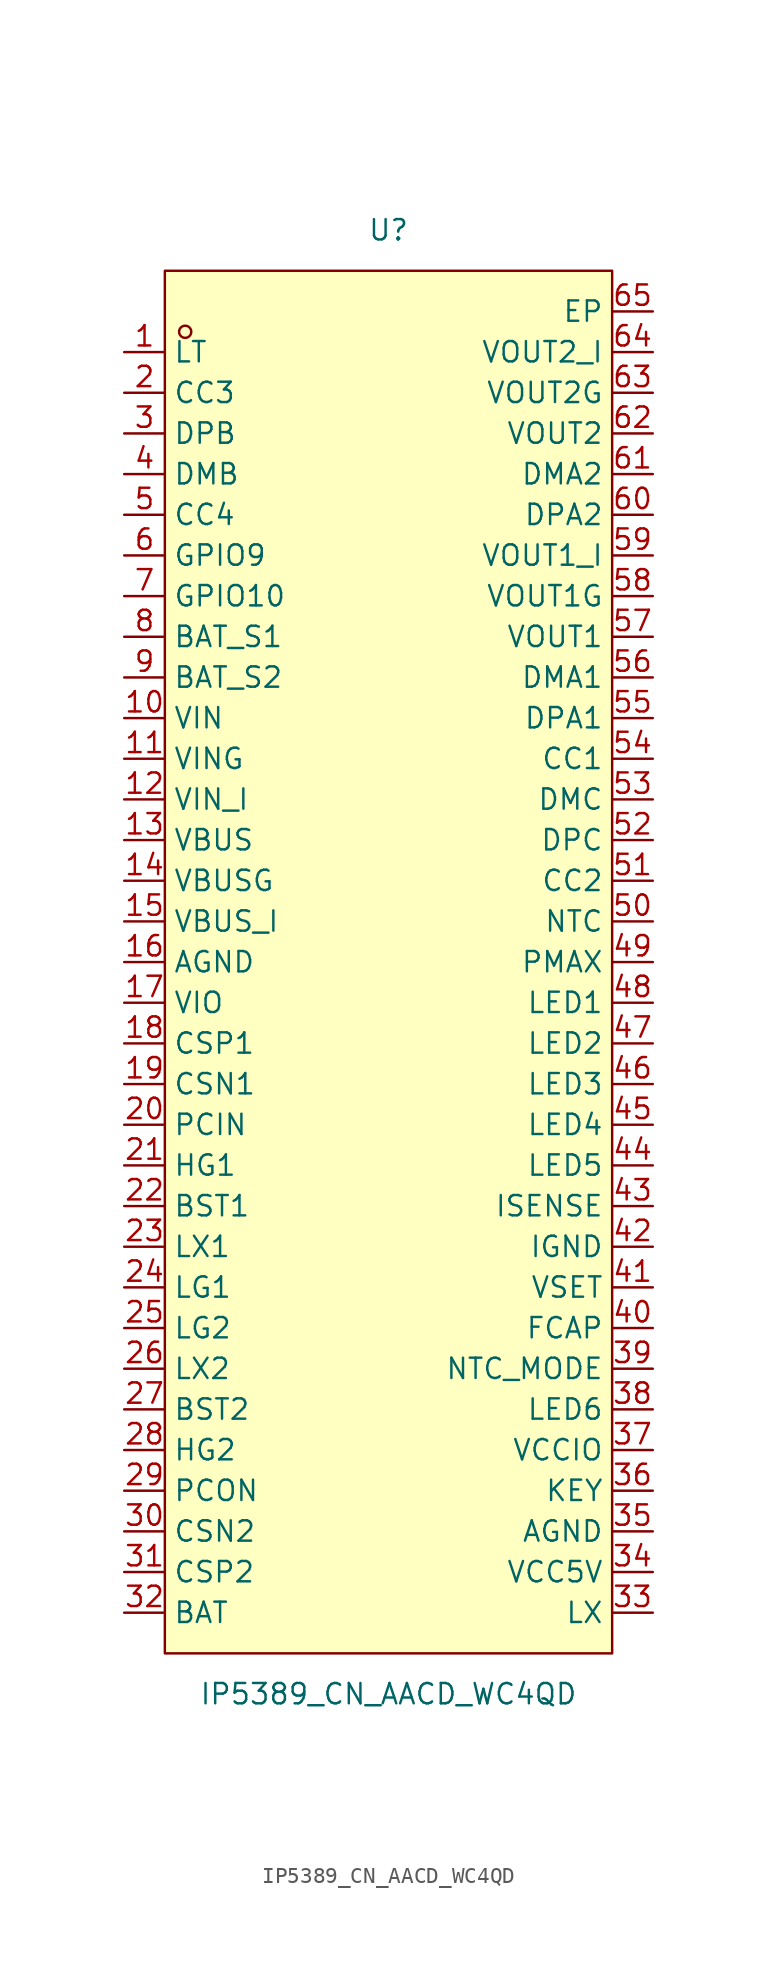
<source format=kicad_sym>
(kicad_symbol_lib
  (version 20211014)
  (generator https://github.com/uPesy/easyeda2kicad.py)
  (symbol "IP5389_CN_AACD_WC4QD"
    (property "Reference" "U"
      (at 0 45.72 0)
      (effects (font (size 1.27 1.27))))
    (property "Value" "IP5389_CN_AACD_WC4QD"
      (at 0 -45.72 0)
      (effects (font (size 1.27 1.27))))
    (symbol "IP5389_CN_AACD_WC4QD_0_1"
      (rectangle (start -13.97 43.18) (end 13.97 -43.18) (stroke (width 0) (type default) (color 0 0 0 0)) (fill (type background)))
      (circle (center -12.70 39.37) (radius 0.38) (stroke (width 0) (type default) (color 0 0 0 0)) (fill (type none)))
      (pin unspecified line (at -16.51 38.10 0) (length 2.54) (name "LT" (effects (font (size 1.27 1.27)))) (number "1" (effects (font (size 1.27 1.27)))))
      (pin unspecified line (at -16.51 35.56 0) (length 2.54) (name "CC3" (effects (font (size 1.27 1.27)))) (number "2" (effects (font (size 1.27 1.27)))))
      (pin unspecified line (at -16.51 33.02 0) (length 2.54) (name "DPB" (effects (font (size 1.27 1.27)))) (number "3" (effects (font (size 1.27 1.27)))))
      (pin unspecified line (at -16.51 30.48 0) (length 2.54) (name "DMB" (effects (font (size 1.27 1.27)))) (number "4" (effects (font (size 1.27 1.27)))))
      (pin unspecified line (at -16.51 27.94 0) (length 2.54) (name "CC4" (effects (font (size 1.27 1.27)))) (number "5" (effects (font (size 1.27 1.27)))))
      (pin unspecified line (at -16.51 25.40 0) (length 2.54) (name "GPIO9" (effects (font (size 1.27 1.27)))) (number "6" (effects (font (size 1.27 1.27)))))
      (pin unspecified line (at -16.51 22.86 0) (length 2.54) (name "GPIO10" (effects (font (size 1.27 1.27)))) (number "7" (effects (font (size 1.27 1.27)))))
      (pin unspecified line (at -16.51 20.32 0) (length 2.54) (name "BAT_S1" (effects (font (size 1.27 1.27)))) (number "8" (effects (font (size 1.27 1.27)))))
      (pin unspecified line (at -16.51 17.78 0) (length 2.54) (name "BAT_S2" (effects (font (size 1.27 1.27)))) (number "9" (effects (font (size 1.27 1.27)))))
      (pin unspecified line (at -16.51 15.24 0) (length 2.54) (name "VIN" (effects (font (size 1.27 1.27)))) (number "10" (effects (font (size 1.27 1.27)))))
      (pin unspecified line (at -16.51 12.70 0) (length 2.54) (name "VING" (effects (font (size 1.27 1.27)))) (number "11" (effects (font (size 1.27 1.27)))))
      (pin unspecified line (at -16.51 10.16 0) (length 2.54) (name "VIN_I" (effects (font (size 1.27 1.27)))) (number "12" (effects (font (size 1.27 1.27)))))
      (pin unspecified line (at -16.51 7.62 0) (length 2.54) (name "VBUS" (effects (font (size 1.27 1.27)))) (number "13" (effects (font (size 1.27 1.27)))))
      (pin unspecified line (at -16.51 5.08 0) (length 2.54) (name "VBUSG" (effects (font (size 1.27 1.27)))) (number "14" (effects (font (size 1.27 1.27)))))
      (pin unspecified line (at -16.51 2.54 0) (length 2.54) (name "VBUS_I" (effects (font (size 1.27 1.27)))) (number "15" (effects (font (size 1.27 1.27)))))
      (pin unspecified line (at -16.51 -0.00 0) (length 2.54) (name "AGND" (effects (font (size 1.27 1.27)))) (number "16" (effects (font (size 1.27 1.27)))))
      (pin unspecified line (at -16.51 -2.54 0) (length 2.54) (name "VIO" (effects (font (size 1.27 1.27)))) (number "17" (effects (font (size 1.27 1.27)))))
      (pin unspecified line (at -16.51 -5.08 0) (length 2.54) (name "CSP1" (effects (font (size 1.27 1.27)))) (number "18" (effects (font (size 1.27 1.27)))))
      (pin unspecified line (at -16.51 -7.62 0) (length 2.54) (name "CSN1" (effects (font (size 1.27 1.27)))) (number "19" (effects (font (size 1.27 1.27)))))
      (pin unspecified line (at -16.51 -10.16 0) (length 2.54) (name "PCIN" (effects (font (size 1.27 1.27)))) (number "20" (effects (font (size 1.27 1.27)))))
      (pin unspecified line (at -16.51 -12.70 0) (length 2.54) (name "HG1" (effects (font (size 1.27 1.27)))) (number "21" (effects (font (size 1.27 1.27)))))
      (pin unspecified line (at -16.51 -15.24 0) (length 2.54) (name "BST1" (effects (font (size 1.27 1.27)))) (number "22" (effects (font (size 1.27 1.27)))))
      (pin unspecified line (at -16.51 -17.78 0) (length 2.54) (name "LX1" (effects (font (size 1.27 1.27)))) (number "23" (effects (font (size 1.27 1.27)))))
      (pin unspecified line (at -16.51 -20.32 0) (length 2.54) (name "LG1" (effects (font (size 1.27 1.27)))) (number "24" (effects (font (size 1.27 1.27)))))
      (pin unspecified line (at -16.51 -22.86 0) (length 2.54) (name "LG2" (effects (font (size 1.27 1.27)))) (number "25" (effects (font (size 1.27 1.27)))))
      (pin unspecified line (at -16.51 -25.40 0) (length 2.54) (name "LX2" (effects (font (size 1.27 1.27)))) (number "26" (effects (font (size 1.27 1.27)))))
      (pin unspecified line (at -16.51 -27.94 0) (length 2.54) (name "BST2" (effects (font (size 1.27 1.27)))) (number "27" (effects (font (size 1.27 1.27)))))
      (pin unspecified line (at -16.51 -30.48 0) (length 2.54) (name "HG2" (effects (font (size 1.27 1.27)))) (number "28" (effects (font (size 1.27 1.27)))))
      (pin unspecified line (at -16.51 -33.02 0) (length 2.54) (name "PCON" (effects (font (size 1.27 1.27)))) (number "29" (effects (font (size 1.27 1.27)))))
      (pin unspecified line (at -16.51 -35.56 0) (length 2.54) (name "CSN2" (effects (font (size 1.27 1.27)))) (number "30" (effects (font (size 1.27 1.27)))))
      (pin unspecified line (at -16.51 -38.10 0) (length 2.54) (name "CSP2" (effects (font (size 1.27 1.27)))) (number "31" (effects (font (size 1.27 1.27)))))
      (pin unspecified line (at -16.51 -40.64 0) (length 2.54) (name "BAT" (effects (font (size 1.27 1.27)))) (number "32" (effects (font (size 1.27 1.27)))))
      (pin unspecified line (at 16.51 -40.64 180) (length 2.54) (name "LX" (effects (font (size 1.27 1.27)))) (number "33" (effects (font (size 1.27 1.27)))))
      (pin unspecified line (at 16.51 -38.10 180) (length 2.54) (name "VCC5V" (effects (font (size 1.27 1.27)))) (number "34" (effects (font (size 1.27 1.27)))))
      (pin unspecified line (at 16.51 -35.56 180) (length 2.54) (name "AGND" (effects (font (size 1.27 1.27)))) (number "35" (effects (font (size 1.27 1.27)))))
      (pin unspecified line (at 16.51 -33.02 180) (length 2.54) (name "KEY" (effects (font (size 1.27 1.27)))) (number "36" (effects (font (size 1.27 1.27)))))
      (pin unspecified line (at 16.51 -30.48 180) (length 2.54) (name "VCCIO" (effects (font (size 1.27 1.27)))) (number "37" (effects (font (size 1.27 1.27)))))
      (pin unspecified line (at 16.51 -27.94 180) (length 2.54) (name "LED6" (effects (font (size 1.27 1.27)))) (number "38" (effects (font (size 1.27 1.27)))))
      (pin unspecified line (at 16.51 -25.40 180) (length 2.54) (name "NTC_MODE" (effects (font (size 1.27 1.27)))) (number "39" (effects (font (size 1.27 1.27)))))
      (pin unspecified line (at 16.51 -22.86 180) (length 2.54) (name "FCAP" (effects (font (size 1.27 1.27)))) (number "40" (effects (font (size 1.27 1.27)))))
      (pin unspecified line (at 16.51 -20.32 180) (length 2.54) (name "VSET" (effects (font (size 1.27 1.27)))) (number "41" (effects (font (size 1.27 1.27)))))
      (pin unspecified line (at 16.51 -17.78 180) (length 2.54) (name "IGND" (effects (font (size 1.27 1.27)))) (number "42" (effects (font (size 1.27 1.27)))))
      (pin unspecified line (at 16.51 -15.24 180) (length 2.54) (name "ISENSE" (effects (font (size 1.27 1.27)))) (number "43" (effects (font (size 1.27 1.27)))))
      (pin unspecified line (at 16.51 -12.70 180) (length 2.54) (name "LED5" (effects (font (size 1.27 1.27)))) (number "44" (effects (font (size 1.27 1.27)))))
      (pin unspecified line (at 16.51 -10.16 180) (length 2.54) (name "LED4" (effects (font (size 1.27 1.27)))) (number "45" (effects (font (size 1.27 1.27)))))
      (pin unspecified line (at 16.51 -7.62 180) (length 2.54) (name "LED3" (effects (font (size 1.27 1.27)))) (number "46" (effects (font (size 1.27 1.27)))))
      (pin unspecified line (at 16.51 -5.08 180) (length 2.54) (name "LED2" (effects (font (size 1.27 1.27)))) (number "47" (effects (font (size 1.27 1.27)))))
      (pin unspecified line (at 16.51 -2.54 180) (length 2.54) (name "LED1" (effects (font (size 1.27 1.27)))) (number "48" (effects (font (size 1.27 1.27)))))
      (pin unspecified line (at 16.51 -0.00 180) (length 2.54) (name "PMAX" (effects (font (size 1.27 1.27)))) (number "49" (effects (font (size 1.27 1.27)))))
      (pin unspecified line (at 16.51 2.54 180) (length 2.54) (name "NTC" (effects (font (size 1.27 1.27)))) (number "50" (effects (font (size 1.27 1.27)))))
      (pin unspecified line (at 16.51 5.08 180) (length 2.54) (name "CC2" (effects (font (size 1.27 1.27)))) (number "51" (effects (font (size 1.27 1.27)))))
      (pin unspecified line (at 16.51 7.62 180) (length 2.54) (name "DPC" (effects (font (size 1.27 1.27)))) (number "52" (effects (font (size 1.27 1.27)))))
      (pin unspecified line (at 16.51 10.16 180) (length 2.54) (name "DMC" (effects (font (size 1.27 1.27)))) (number "53" (effects (font (size 1.27 1.27)))))
      (pin unspecified line (at 16.51 12.70 180) (length 2.54) (name "CC1" (effects (font (size 1.27 1.27)))) (number "54" (effects (font (size 1.27 1.27)))))
      (pin unspecified line (at 16.51 15.24 180) (length 2.54) (name "DPA1" (effects (font (size 1.27 1.27)))) (number "55" (effects (font (size 1.27 1.27)))))
      (pin unspecified line (at 16.51 17.78 180) (length 2.54) (name "DMA1" (effects (font (size 1.27 1.27)))) (number "56" (effects (font (size 1.27 1.27)))))
      (pin unspecified line (at 16.51 20.32 180) (length 2.54) (name "VOUT1" (effects (font (size 1.27 1.27)))) (number "57" (effects (font (size 1.27 1.27)))))
      (pin unspecified line (at 16.51 22.86 180) (length 2.54) (name "VOUT1G" (effects (font (size 1.27 1.27)))) (number "58" (effects (font (size 1.27 1.27)))))
      (pin unspecified line (at 16.51 25.40 180) (length 2.54) (name "VOUT1_I" (effects (font (size 1.27 1.27)))) (number "59" (effects (font (size 1.27 1.27)))))
      (pin unspecified line (at 16.51 27.94 180) (length 2.54) (name "DPA2" (effects (font (size 1.27 1.27)))) (number "60" (effects (font (size 1.27 1.27)))))
      (pin unspecified line (at 16.51 30.48 180) (length 2.54) (name "DMA2" (effects (font (size 1.27 1.27)))) (number "61" (effects (font (size 1.27 1.27)))))
      (pin unspecified line (at 16.51 33.02 180) (length 2.54) (name "VOUT2" (effects (font (size 1.27 1.27)))) (number "62" (effects (font (size 1.27 1.27)))))
      (pin unspecified line (at 16.51 35.56 180) (length 2.54) (name "VOUT2G" (effects (font (size 1.27 1.27)))) (number "63" (effects (font (size 1.27 1.27)))))
      (pin unspecified line (at 16.51 38.10 180) (length 2.54) (name "VOUT2_I" (effects (font (size 1.27 1.27)))) (number "64" (effects (font (size 1.27 1.27)))))
      (pin unspecified line (at 16.51 40.64 180) (length 2.54) (name "EP" (effects (font (size 1.27 1.27)))) (number "65" (effects (font (size 1.27 1.27))))))))
</source>
